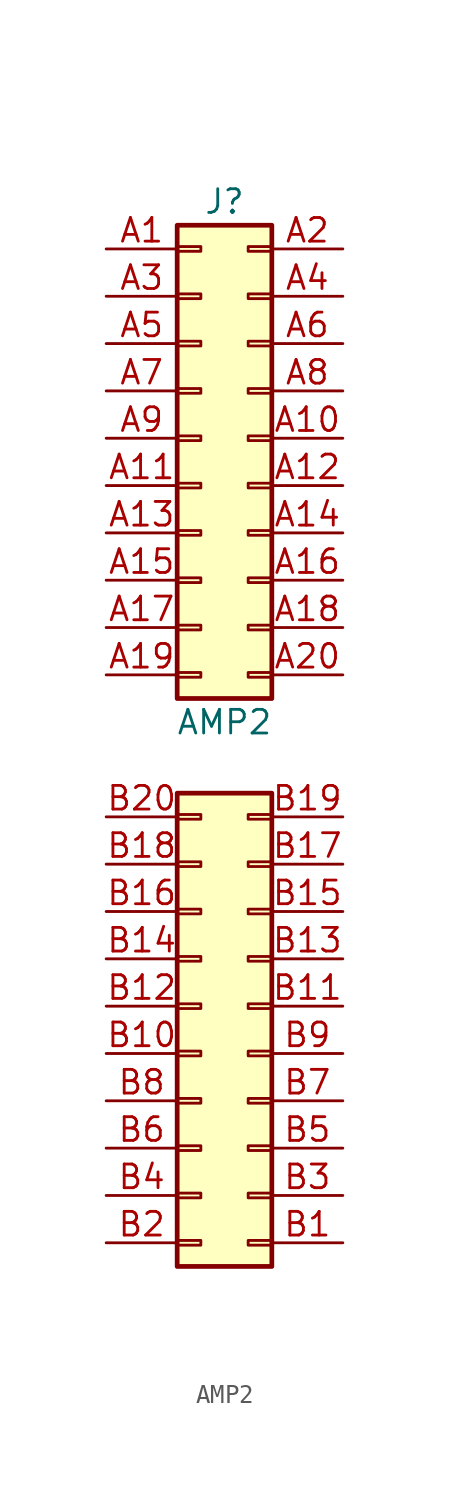
<source format=kicad_sym>
(kicad_symbol_lib
  (version 20231120)
  (generator "kicad_symbol_editor")
  (generator_version "8.0")
  (symbol "AMP2"
    (pin_names
      (offset 1.016) hide)
    (property "Reference" "J"
      (at 1.27 12.7 0)
      (effects (font (size 1.27 1.27))))
    (property "Value" "AMP2"
      (at 1.27 -15.24 0)
      (effects (font (size 1.27 1.27))))
    (symbol "AMP2_1_1"
      (rectangle (start -1.27 -43.307) (end 0 -43.053) (stroke (width 0.152) (type default)) (fill (type none)))
      (rectangle (start -1.27 -40.767) (end 0 -40.513) (stroke (width 0.152) (type default)) (fill (type none)))
      (rectangle (start -1.27 -38.227) (end 0 -37.973) (stroke (width 0.152) (type default)) (fill (type none)))
      (rectangle (start -1.27 -35.687) (end 0 -35.433) (stroke (width 0.152) (type default)) (fill (type none)))
      (rectangle (start -1.27 -33.147) (end 0 -32.893) (stroke (width 0.152) (type default)) (fill (type none)))
      (rectangle (start -1.27 -30.607) (end 0 -30.353) (stroke (width 0.152) (type default)) (fill (type none)))
      (rectangle (start -1.27 -28.067) (end 0 -27.813) (stroke (width 0.152) (type default)) (fill (type none)))
      (rectangle (start -1.27 -25.527) (end 0 -25.273) (stroke (width 0.152) (type default)) (fill (type none)))
      (rectangle (start -1.27 -22.987) (end 0 -22.733) (stroke (width 0.152) (type default)) (fill (type none)))
      (rectangle (start -1.27 -20.447) (end 0 -20.193) (stroke (width 0.152) (type default)) (fill (type none)))
      (rectangle (start -1.27 -12.573) (end 0 -12.827) (stroke (width 0.152) (type default)) (fill (type none)))
      (rectangle (start -1.27 -10.033) (end 0 -10.287) (stroke (width 0.152) (type default)) (fill (type none)))
      (rectangle (start -1.27 -7.493) (end 0 -7.747) (stroke (width 0.152) (type default)) (fill (type none)))
      (rectangle (start -1.27 -4.953) (end 0 -5.207) (stroke (width 0.152) (type default)) (fill (type none)))
      (rectangle (start -1.27 -2.413) (end 0 -2.667) (stroke (width 0.152) (type default)) (fill (type none)))
      (rectangle (start -1.27 0.127) (end 0 -0.127) (stroke (width 0.152) (type default)) (fill (type none)))
      (rectangle (start -1.27 2.667) (end 0 2.413) (stroke (width 0.152) (type default)) (fill (type none)))
      (rectangle (start -1.27 5.207) (end 0 4.953) (stroke (width 0.152) (type default)) (fill (type none)))
      (rectangle (start -1.27 7.747) (end 0 7.493) (stroke (width 0.152) (type default)) (fill (type none)))
      (rectangle (start -1.27 10.287) (end 0 10.033) (stroke (width 0.152) (type default)) (fill (type none)))
      (rectangle (start -1.27 11.43) (end 3.81 -13.97) (stroke (width 0.254) (type default)) (fill (type background)))
      (rectangle (start 3.81 -44.45) (end -1.27 -19.05) (stroke (width 0.254) (type default)) (fill (type background)))
      (rectangle (start 3.81 -43.307) (end 2.54 -43.053) (stroke (width 0.152) (type default)) (fill (type none)))
      (rectangle (start 3.81 -40.767) (end 2.54 -40.513) (stroke (width 0.152) (type default)) (fill (type none)))
      (rectangle (start 3.81 -38.227) (end 2.54 -37.973) (stroke (width 0.152) (type default)) (fill (type none)))
      (rectangle (start 3.81 -35.687) (end 2.54 -35.433) (stroke (width 0.152) (type default)) (fill (type none)))
      (rectangle (start 3.81 -33.147) (end 2.54 -32.893) (stroke (width 0.152) (type default)) (fill (type none)))
      (rectangle (start 3.81 -30.607) (end 2.54 -30.353) (stroke (width 0.152) (type default)) (fill (type none)))
      (rectangle (start 3.81 -28.067) (end 2.54 -27.813) (stroke (width 0.152) (type default)) (fill (type none)))
      (rectangle (start 3.81 -25.527) (end 2.54 -25.273) (stroke (width 0.152) (type default)) (fill (type none)))
      (rectangle (start 3.81 -22.987) (end 2.54 -22.733) (stroke (width 0.152) (type default)) (fill (type none)))
      (rectangle (start 3.81 -20.447) (end 2.54 -20.193) (stroke (width 0.152) (type default)) (fill (type none)))
      (rectangle (start 3.81 -12.573) (end 2.54 -12.827) (stroke (width 0.152) (type default)) (fill (type none)))
      (rectangle (start 3.81 -10.033) (end 2.54 -10.287) (stroke (width 0.152) (type default)) (fill (type none)))
      (rectangle (start 3.81 -7.493) (end 2.54 -7.747) (stroke (width 0.152) (type default)) (fill (type none)))
      (rectangle (start 3.81 -4.953) (end 2.54 -5.207) (stroke (width 0.152) (type default)) (fill (type none)))
      (rectangle (start 3.81 -2.413) (end 2.54 -2.667) (stroke (width 0.152) (type default)) (fill (type none)))
      (rectangle (start 3.81 0.127) (end 2.54 -0.127) (stroke (width 0.152) (type default)) (fill (type none)))
      (rectangle (start 3.81 2.667) (end 2.54 2.413) (stroke (width 0.152) (type default)) (fill (type none)))
      (rectangle (start 3.81 5.207) (end 2.54 4.953) (stroke (width 0.152) (type default)) (fill (type none)))
      (rectangle (start 3.81 7.747) (end 2.54 7.493) (stroke (width 0.152) (type default)) (fill (type none)))
      (rectangle (start 3.81 10.287) (end 2.54 10.033) (stroke (width 0.152) (type default)) (fill (type none)))
      (pin passive line (at -5.08 10.16 0) (length 3.81) (name "AD0" (effects (font (size 1.27 1.27)))) (number "A1" (effects (font (size 1.27 1.27)))))
      (pin passive line (at 7.62 0 180) (length 3.81) (name "DAC0" (effects (font (size 1.27 1.27)))) (number "A10" (effects (font (size 1.27 1.27)))))
      (pin passive line (at -5.08 -2.54 0) (length 3.81) (name "MP2" (effects (font (size 1.27 1.27)))) (number "A11" (effects (font (size 1.27 1.27)))))
      (pin passive line (at 7.62 -2.54 180) (length 3.81) (name "DAC1" (effects (font (size 1.27 1.27)))) (number "A12" (effects (font (size 1.27 1.27)))))
      (pin passive line (at -5.08 -5.08 0) (length 3.81) (name "MP3" (effects (font (size 1.27 1.27)))) (number "A13" (effects (font (size 1.27 1.27)))))
      (pin passive line (at 7.62 -5.08 180) (length 3.81) (name "DAC2" (effects (font (size 1.27 1.27)))) (number "A14" (effects (font (size 1.27 1.27)))))
      (pin passive line (at -5.08 -7.62 0) (length 3.81) (name "MP8" (effects (font (size 1.27 1.27)))) (number "A15" (effects (font (size 1.27 1.27)))))
      (pin passive line (at 7.62 -7.62 180) (length 3.81) (name "DAC3" (effects (font (size 1.27 1.27)))) (number "A16" (effects (font (size 1.27 1.27)))))
      (pin passive line (at -5.08 -10.16 0) (length 3.81) (name "MP9" (effects (font (size 1.27 1.27)))) (number "A17" (effects (font (size 1.27 1.27)))))
      (pin passive line (at 7.62 -10.16 180) (length 3.81) (name "GND" (effects (font (size 1.27 1.27)))) (number "A18" (effects (font (size 1.27 1.27)))))
      (pin passive line (at -5.08 -12.7 0) (length 3.81) (name "DPW" (effects (font (size 1.27 1.27)))) (number "A19" (effects (font (size 1.27 1.27)))))
      (pin passive line (at 7.62 10.16 180) (length 3.81) (name "GND" (effects (font (size 1.27 1.27)))) (number "A2" (effects (font (size 1.27 1.27)))))
      (pin passive line (at 7.62 -12.7 180) (length 3.81) (name "3V3_out" (effects (font (size 1.27 1.27)))) (number "A20" (effects (font (size 1.27 1.27)))))
      (pin passive line (at -5.08 7.62 0) (length 3.81) (name "AD1" (effects (font (size 1.27 1.27)))) (number "A3" (effects (font (size 1.27 1.27)))))
      (pin passive line (at 7.62 7.62 180) (length 3.81) (name "GND" (effects (font (size 1.27 1.27)))) (number "A4" (effects (font (size 1.27 1.27)))))
      (pin passive line (at -5.08 5.08 0) (length 3.81) (name "SCL" (effects (font (size 1.27 1.27)))) (number "A5" (effects (font (size 1.27 1.27)))))
      (pin passive line (at 7.62 5.08 180) (length 3.81) (name "WB" (effects (font (size 1.27 1.27)))) (number "A6" (effects (font (size 1.27 1.27)))))
      (pin passive line (at -5.08 2.54 0) (length 3.81) (name "SDA" (effects (font (size 1.27 1.27)))) (number "A7" (effects (font (size 1.27 1.27)))))
      (pin passive line (at 7.62 2.54 180) (length 3.81) (name "WP" (effects (font (size 1.27 1.27)))) (number "A8" (effects (font (size 1.27 1.27)))))
      (pin passive line (at -5.08 0 0) (length 3.81) (name "/RESET" (effects (font (size 1.27 1.27)))) (number "A9" (effects (font (size 1.27 1.27)))))
      (pin passive line (at 7.62 -43.18 180) (length 3.81) (name "GND" (effects (font (size 1.27 1.27)))) (number "B1" (effects (font (size 1.27 1.27)))))
      (pin passive line (at -5.08 -33.02 0) (length 3.81) (name "MP7" (effects (font (size 1.27 1.27)))) (number "B10" (effects (font (size 1.27 1.27)))))
      (pin passive line (at 7.62 -30.48 180) (length 3.81) (name "GND" (effects (font (size 1.27 1.27)))) (number "B11" (effects (font (size 1.27 1.27)))))
      (pin passive line (at -5.08 -30.48 0) (length 3.81) (name "MP0" (effects (font (size 1.27 1.27)))) (number "B12" (effects (font (size 1.27 1.27)))))
      (pin passive line (at 7.62 -27.94 180) (length 3.81) (name "GND" (effects (font (size 1.27 1.27)))) (number "B13" (effects (font (size 1.27 1.27)))))
      (pin passive line (at -5.08 -27.94 0) (length 3.81) (name "MP1" (effects (font (size 1.27 1.27)))) (number "B14" (effects (font (size 1.27 1.27)))))
      (pin passive line (at 7.62 -25.4 180) (length 3.81) (name "GND" (effects (font (size 1.27 1.27)))) (number "B15" (effects (font (size 1.27 1.27)))))
      (pin passive line (at -5.08 -25.4 0) (length 3.81) (name "MP5" (effects (font (size 1.27 1.27)))) (number "B16" (effects (font (size 1.27 1.27)))))
      (pin passive line (at 7.62 -22.86 180) (length 3.81) (name "GND" (effects (font (size 1.27 1.27)))) (number "B17" (effects (font (size 1.27 1.27)))))
      (pin passive line (at -5.08 -22.86 0) (length 3.81) (name "MP4" (effects (font (size 1.27 1.27)))) (number "B18" (effects (font (size 1.27 1.27)))))
      (pin passive line (at 7.62 -20.32 180) (length 3.81) (name "GND" (effects (font (size 1.27 1.27)))) (number "B19" (effects (font (size 1.27 1.27)))))
      (pin passive line (at -5.08 -43.18 0) (length 3.81) (name "MCLK" (effects (font (size 1.27 1.27)))) (number "B2" (effects (font (size 1.27 1.27)))))
      (pin passive line (at -5.08 -20.32 0) (length 3.81) (name "VIN" (effects (font (size 1.27 1.27)))) (number "B20" (effects (font (size 1.27 1.27)))))
      (pin passive line (at 7.62 -40.64 180) (length 3.81) (name "GND" (effects (font (size 1.27 1.27)))) (number "B3" (effects (font (size 1.27 1.27)))))
      (pin passive line (at -5.08 -40.64 0) (length 3.81) (name "MP11" (effects (font (size 1.27 1.27)))) (number "B4" (effects (font (size 1.27 1.27)))))
      (pin passive line (at 7.62 -38.1 180) (length 3.81) (name "GND" (effects (font (size 1.27 1.27)))) (number "B5" (effects (font (size 1.27 1.27)))))
      (pin passive line (at -5.08 -38.1 0) (length 3.81) (name "MP10" (effects (font (size 1.27 1.27)))) (number "B6" (effects (font (size 1.27 1.27)))))
      (pin passive line (at 7.62 -35.56 180) (length 3.81) (name "GND" (effects (font (size 1.27 1.27)))) (number "B7" (effects (font (size 1.27 1.27)))))
      (pin passive line (at -5.08 -35.56 0) (length 3.81) (name "MP6" (effects (font (size 1.27 1.27)))) (number "B8" (effects (font (size 1.27 1.27)))))
      (pin passive line (at 7.62 -33.02 180) (length 3.81) (name "GND" (effects (font (size 1.27 1.27)))) (number "B9" (effects (font (size 1.27 1.27))))))))
</source>
